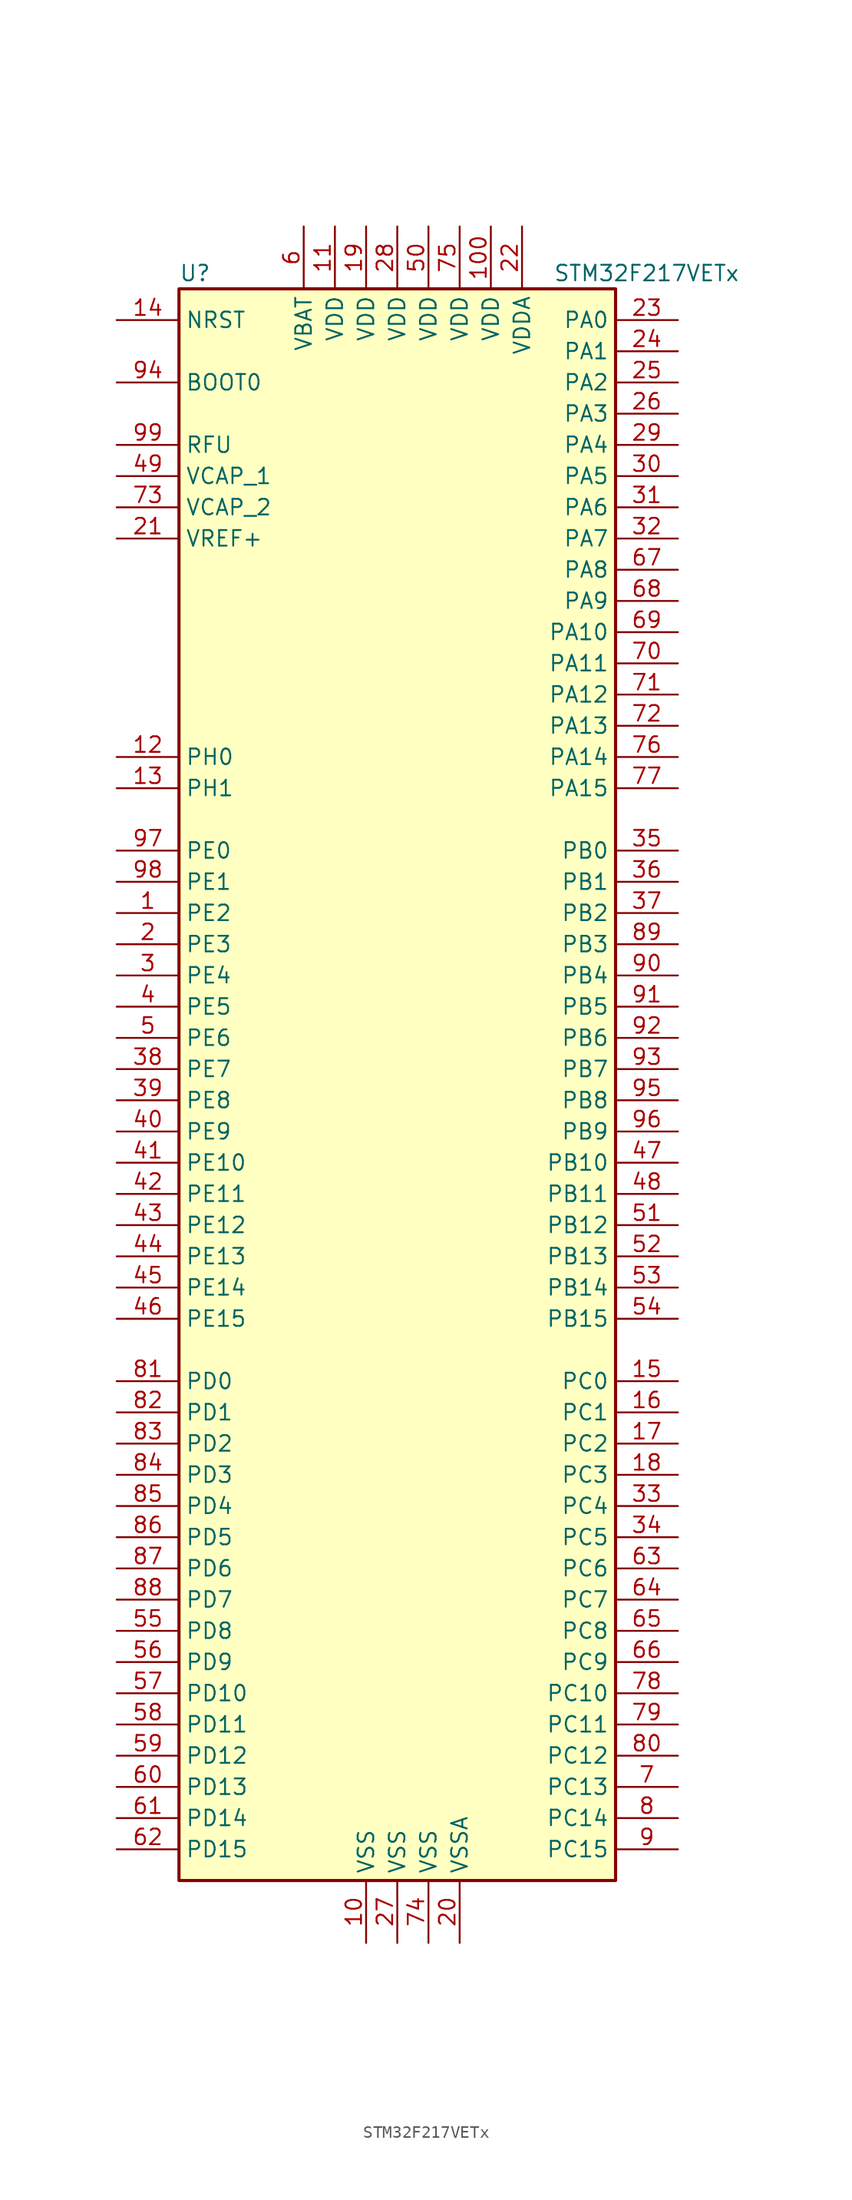
<source format=kicad_sym>
(kicad_symbol_lib
  (version 20201005)
  (generator kicad_symbol_editor)
  (symbol "STM32F217VETx"
    (property "Reference" "U"
      (at -17.78 64.77 0)
      (effects (font (size 1.27 1.27)) (justify left)))
    (property "Value" "STM32F217VETx"
      (at 12.7 64.77 0)
      (effects (font (size 1.27 1.27)) (justify left)))
    (symbol "STM32F217VETx_0_1"
      (rectangle (start -17.78 -66.04) (end 17.78 63.5) (stroke (width 0.254)) (fill (type background))))
    (symbol "STM32F217VETx_1_1"
      (pin bidirectional line (at -22.86 12.7 0) (length 5.08) (name "PE2" (effects (font (size 1.27 1.27)))) (number "1" (effects (font (size 1.27 1.27)))))
      (pin power_in line (at -2.54 -71.12 90) (length 5.08) (name "VSS" (effects (font (size 1.27 1.27)))) (number "10" (effects (font (size 1.27 1.27)))))
      (pin power_in line (at 7.62 68.58 270) (length 5.08) (name "VDD" (effects (font (size 1.27 1.27)))) (number "100" (effects (font (size 1.27 1.27)))))
      (pin power_in line (at -5.08 68.58 270) (length 5.08) (name "VDD" (effects (font (size 1.27 1.27)))) (number "11" (effects (font (size 1.27 1.27)))))
      (pin input line (at -22.86 25.4 0) (length 5.08) (name "PH0" (effects (font (size 1.27 1.27)))) (number "12" (effects (font (size 1.27 1.27)))))
      (pin input line (at -22.86 22.86 0) (length 5.08) (name "PH1" (effects (font (size 1.27 1.27)))) (number "13" (effects (font (size 1.27 1.27)))))
      (pin input line (at -22.86 60.96 0) (length 5.08) (name "NRST" (effects (font (size 1.27 1.27)))) (number "14" (effects (font (size 1.27 1.27)))))
      (pin bidirectional line (at 22.86 -25.4 180) (length 5.08) (name "PC0" (effects (font (size 1.27 1.27)))) (number "15" (effects (font (size 1.27 1.27)))))
      (pin bidirectional line (at 22.86 -27.94 180) (length 5.08) (name "PC1" (effects (font (size 1.27 1.27)))) (number "16" (effects (font (size 1.27 1.27)))))
      (pin bidirectional line (at 22.86 -30.48 180) (length 5.08) (name "PC2" (effects (font (size 1.27 1.27)))) (number "17" (effects (font (size 1.27 1.27)))))
      (pin bidirectional line (at 22.86 -33.02 180) (length 5.08) (name "PC3" (effects (font (size 1.27 1.27)))) (number "18" (effects (font (size 1.27 1.27)))))
      (pin power_in line (at -2.54 68.58 270) (length 5.08) (name "VDD" (effects (font (size 1.27 1.27)))) (number "19" (effects (font (size 1.27 1.27)))))
      (pin bidirectional line (at -22.86 10.16 0) (length 5.08) (name "PE3" (effects (font (size 1.27 1.27)))) (number "2" (effects (font (size 1.27 1.27)))))
      (pin power_in line (at 5.08 -71.12 90) (length 5.08) (name "VSSA" (effects (font (size 1.27 1.27)))) (number "20" (effects (font (size 1.27 1.27)))))
      (pin power_in line (at -22.86 43.18 0) (length 5.08) (name "VREF+" (effects (font (size 1.27 1.27)))) (number "21" (effects (font (size 1.27 1.27)))))
      (pin power_in line (at 10.16 68.58 270) (length 5.08) (name "VDDA" (effects (font (size 1.27 1.27)))) (number "22" (effects (font (size 1.27 1.27)))))
      (pin bidirectional line (at 22.86 60.96 180) (length 5.08) (name "PA0" (effects (font (size 1.27 1.27)))) (number "23" (effects (font (size 1.27 1.27)))))
      (pin bidirectional line (at 22.86 58.42 180) (length 5.08) (name "PA1" (effects (font (size 1.27 1.27)))) (number "24" (effects (font (size 1.27 1.27)))))
      (pin bidirectional line (at 22.86 55.88 180) (length 5.08) (name "PA2" (effects (font (size 1.27 1.27)))) (number "25" (effects (font (size 1.27 1.27)))))
      (pin bidirectional line (at 22.86 53.34 180) (length 5.08) (name "PA3" (effects (font (size 1.27 1.27)))) (number "26" (effects (font (size 1.27 1.27)))))
      (pin power_in line (at 0 -71.12 90) (length 5.08) (name "VSS" (effects (font (size 1.27 1.27)))) (number "27" (effects (font (size 1.27 1.27)))))
      (pin power_in line (at 0 68.58 270) (length 5.08) (name "VDD" (effects (font (size 1.27 1.27)))) (number "28" (effects (font (size 1.27 1.27)))))
      (pin bidirectional line (at 22.86 50.8 180) (length 5.08) (name "PA4" (effects (font (size 1.27 1.27)))) (number "29" (effects (font (size 1.27 1.27)))))
      (pin bidirectional line (at -22.86 7.62 0) (length 5.08) (name "PE4" (effects (font (size 1.27 1.27)))) (number "3" (effects (font (size 1.27 1.27)))))
      (pin bidirectional line (at 22.86 48.26 180) (length 5.08) (name "PA5" (effects (font (size 1.27 1.27)))) (number "30" (effects (font (size 1.27 1.27)))))
      (pin bidirectional line (at 22.86 45.72 180) (length 5.08) (name "PA6" (effects (font (size 1.27 1.27)))) (number "31" (effects (font (size 1.27 1.27)))))
      (pin bidirectional line (at 22.86 43.18 180) (length 5.08) (name "PA7" (effects (font (size 1.27 1.27)))) (number "32" (effects (font (size 1.27 1.27)))))
      (pin bidirectional line (at 22.86 -35.56 180) (length 5.08) (name "PC4" (effects (font (size 1.27 1.27)))) (number "33" (effects (font (size 1.27 1.27)))))
      (pin bidirectional line (at 22.86 -38.1 180) (length 5.08) (name "PC5" (effects (font (size 1.27 1.27)))) (number "34" (effects (font (size 1.27 1.27)))))
      (pin bidirectional line (at 22.86 17.78 180) (length 5.08) (name "PB0" (effects (font (size 1.27 1.27)))) (number "35" (effects (font (size 1.27 1.27)))))
      (pin bidirectional line (at 22.86 15.24 180) (length 5.08) (name "PB1" (effects (font (size 1.27 1.27)))) (number "36" (effects (font (size 1.27 1.27)))))
      (pin bidirectional line (at 22.86 12.7 180) (length 5.08) (name "PB2" (effects (font (size 1.27 1.27)))) (number "37" (effects (font (size 1.27 1.27)))))
      (pin bidirectional line (at -22.86 0 0) (length 5.08) (name "PE7" (effects (font (size 1.27 1.27)))) (number "38" (effects (font (size 1.27 1.27)))))
      (pin bidirectional line (at -22.86 -2.54 0) (length 5.08) (name "PE8" (effects (font (size 1.27 1.27)))) (number "39" (effects (font (size 1.27 1.27)))))
      (pin bidirectional line (at -22.86 5.08 0) (length 5.08) (name "PE5" (effects (font (size 1.27 1.27)))) (number "4" (effects (font (size 1.27 1.27)))))
      (pin bidirectional line (at -22.86 -5.08 0) (length 5.08) (name "PE9" (effects (font (size 1.27 1.27)))) (number "40" (effects (font (size 1.27 1.27)))))
      (pin bidirectional line (at -22.86 -7.62 0) (length 5.08) (name "PE10" (effects (font (size 1.27 1.27)))) (number "41" (effects (font (size 1.27 1.27)))))
      (pin bidirectional line (at -22.86 -10.16 0) (length 5.08) (name "PE11" (effects (font (size 1.27 1.27)))) (number "42" (effects (font (size 1.27 1.27)))))
      (pin bidirectional line (at -22.86 -12.7 0) (length 5.08) (name "PE12" (effects (font (size 1.27 1.27)))) (number "43" (effects (font (size 1.27 1.27)))))
      (pin bidirectional line (at -22.86 -15.24 0) (length 5.08) (name "PE13" (effects (font (size 1.27 1.27)))) (number "44" (effects (font (size 1.27 1.27)))))
      (pin bidirectional line (at -22.86 -17.78 0) (length 5.08) (name "PE14" (effects (font (size 1.27 1.27)))) (number "45" (effects (font (size 1.27 1.27)))))
      (pin bidirectional line (at -22.86 -20.32 0) (length 5.08) (name "PE15" (effects (font (size 1.27 1.27)))) (number "46" (effects (font (size 1.27 1.27)))))
      (pin bidirectional line (at 22.86 -7.62 180) (length 5.08) (name "PB10" (effects (font (size 1.27 1.27)))) (number "47" (effects (font (size 1.27 1.27)))))
      (pin bidirectional line (at 22.86 -10.16 180) (length 5.08) (name "PB11" (effects (font (size 1.27 1.27)))) (number "48" (effects (font (size 1.27 1.27)))))
      (pin power_in line (at -22.86 48.26 0) (length 5.08) (name "VCAP_1" (effects (font (size 1.27 1.27)))) (number "49" (effects (font (size 1.27 1.27)))))
      (pin bidirectional line (at -22.86 2.54 0) (length 5.08) (name "PE6" (effects (font (size 1.27 1.27)))) (number "5" (effects (font (size 1.27 1.27)))))
      (pin power_in line (at 2.54 68.58 270) (length 5.08) (name "VDD" (effects (font (size 1.27 1.27)))) (number "50" (effects (font (size 1.27 1.27)))))
      (pin bidirectional line (at 22.86 -12.7 180) (length 5.08) (name "PB12" (effects (font (size 1.27 1.27)))) (number "51" (effects (font (size 1.27 1.27)))))
      (pin bidirectional line (at 22.86 -15.24 180) (length 5.08) (name "PB13" (effects (font (size 1.27 1.27)))) (number "52" (effects (font (size 1.27 1.27)))))
      (pin bidirectional line (at 22.86 -17.78 180) (length 5.08) (name "PB14" (effects (font (size 1.27 1.27)))) (number "53" (effects (font (size 1.27 1.27)))))
      (pin bidirectional line (at 22.86 -20.32 180) (length 5.08) (name "PB15" (effects (font (size 1.27 1.27)))) (number "54" (effects (font (size 1.27 1.27)))))
      (pin bidirectional line (at -22.86 -45.72 0) (length 5.08) (name "PD8" (effects (font (size 1.27 1.27)))) (number "55" (effects (font (size 1.27 1.27)))))
      (pin bidirectional line (at -22.86 -48.26 0) (length 5.08) (name "PD9" (effects (font (size 1.27 1.27)))) (number "56" (effects (font (size 1.27 1.27)))))
      (pin bidirectional line (at -22.86 -50.8 0) (length 5.08) (name "PD10" (effects (font (size 1.27 1.27)))) (number "57" (effects (font (size 1.27 1.27)))))
      (pin bidirectional line (at -22.86 -53.34 0) (length 5.08) (name "PD11" (effects (font (size 1.27 1.27)))) (number "58" (effects (font (size 1.27 1.27)))))
      (pin bidirectional line (at -22.86 -55.88 0) (length 5.08) (name "PD12" (effects (font (size 1.27 1.27)))) (number "59" (effects (font (size 1.27 1.27)))))
      (pin power_in line (at -7.62 68.58 270) (length 5.08) (name "VBAT" (effects (font (size 1.27 1.27)))) (number "6" (effects (font (size 1.27 1.27)))))
      (pin bidirectional line (at -22.86 -58.42 0) (length 5.08) (name "PD13" (effects (font (size 1.27 1.27)))) (number "60" (effects (font (size 1.27 1.27)))))
      (pin bidirectional line (at -22.86 -60.96 0) (length 5.08) (name "PD14" (effects (font (size 1.27 1.27)))) (number "61" (effects (font (size 1.27 1.27)))))
      (pin bidirectional line (at -22.86 -63.5 0) (length 5.08) (name "PD15" (effects (font (size 1.27 1.27)))) (number "62" (effects (font (size 1.27 1.27)))))
      (pin bidirectional line (at 22.86 -40.64 180) (length 5.08) (name "PC6" (effects (font (size 1.27 1.27)))) (number "63" (effects (font (size 1.27 1.27)))))
      (pin bidirectional line (at 22.86 -43.18 180) (length 5.08) (name "PC7" (effects (font (size 1.27 1.27)))) (number "64" (effects (font (size 1.27 1.27)))))
      (pin bidirectional line (at 22.86 -45.72 180) (length 5.08) (name "PC8" (effects (font (size 1.27 1.27)))) (number "65" (effects (font (size 1.27 1.27)))))
      (pin bidirectional line (at 22.86 -48.26 180) (length 5.08) (name "PC9" (effects (font (size 1.27 1.27)))) (number "66" (effects (font (size 1.27 1.27)))))
      (pin bidirectional line (at 22.86 40.64 180) (length 5.08) (name "PA8" (effects (font (size 1.27 1.27)))) (number "67" (effects (font (size 1.27 1.27)))))
      (pin bidirectional line (at 22.86 38.1 180) (length 5.08) (name "PA9" (effects (font (size 1.27 1.27)))) (number "68" (effects (font (size 1.27 1.27)))))
      (pin bidirectional line (at 22.86 35.56 180) (length 5.08) (name "PA10" (effects (font (size 1.27 1.27)))) (number "69" (effects (font (size 1.27 1.27)))))
      (pin bidirectional line (at 22.86 -58.42 180) (length 5.08) (name "PC13" (effects (font (size 1.27 1.27)))) (number "7" (effects (font (size 1.27 1.27)))))
      (pin bidirectional line (at 22.86 33.02 180) (length 5.08) (name "PA11" (effects (font (size 1.27 1.27)))) (number "70" (effects (font (size 1.27 1.27)))))
      (pin bidirectional line (at 22.86 30.48 180) (length 5.08) (name "PA12" (effects (font (size 1.27 1.27)))) (number "71" (effects (font (size 1.27 1.27)))))
      (pin bidirectional line (at 22.86 27.94 180) (length 5.08) (name "PA13" (effects (font (size 1.27 1.27)))) (number "72" (effects (font (size 1.27 1.27)))))
      (pin power_in line (at -22.86 45.72 0) (length 5.08) (name "VCAP_2" (effects (font (size 1.27 1.27)))) (number "73" (effects (font (size 1.27 1.27)))))
      (pin power_in line (at 2.54 -71.12 90) (length 5.08) (name "VSS" (effects (font (size 1.27 1.27)))) (number "74" (effects (font (size 1.27 1.27)))))
      (pin power_in line (at 5.08 68.58 270) (length 5.08) (name "VDD" (effects (font (size 1.27 1.27)))) (number "75" (effects (font (size 1.27 1.27)))))
      (pin bidirectional line (at 22.86 25.4 180) (length 5.08) (name "PA14" (effects (font (size 1.27 1.27)))) (number "76" (effects (font (size 1.27 1.27)))))
      (pin bidirectional line (at 22.86 22.86 180) (length 5.08) (name "PA15" (effects (font (size 1.27 1.27)))) (number "77" (effects (font (size 1.27 1.27)))))
      (pin bidirectional line (at 22.86 -50.8 180) (length 5.08) (name "PC10" (effects (font (size 1.27 1.27)))) (number "78" (effects (font (size 1.27 1.27)))))
      (pin bidirectional line (at 22.86 -53.34 180) (length 5.08) (name "PC11" (effects (font (size 1.27 1.27)))) (number "79" (effects (font (size 1.27 1.27)))))
      (pin bidirectional line (at 22.86 -60.96 180) (length 5.08) (name "PC14" (effects (font (size 1.27 1.27)))) (number "8" (effects (font (size 1.27 1.27)))))
      (pin bidirectional line (at 22.86 -55.88 180) (length 5.08) (name "PC12" (effects (font (size 1.27 1.27)))) (number "80" (effects (font (size 1.27 1.27)))))
      (pin bidirectional line (at -22.86 -25.4 0) (length 5.08) (name "PD0" (effects (font (size 1.27 1.27)))) (number "81" (effects (font (size 1.27 1.27)))))
      (pin bidirectional line (at -22.86 -27.94 0) (length 5.08) (name "PD1" (effects (font (size 1.27 1.27)))) (number "82" (effects (font (size 1.27 1.27)))))
      (pin bidirectional line (at -22.86 -30.48 0) (length 5.08) (name "PD2" (effects (font (size 1.27 1.27)))) (number "83" (effects (font (size 1.27 1.27)))))
      (pin bidirectional line (at -22.86 -33.02 0) (length 5.08) (name "PD3" (effects (font (size 1.27 1.27)))) (number "84" (effects (font (size 1.27 1.27)))))
      (pin bidirectional line (at -22.86 -35.56 0) (length 5.08) (name "PD4" (effects (font (size 1.27 1.27)))) (number "85" (effects (font (size 1.27 1.27)))))
      (pin bidirectional line (at -22.86 -38.1 0) (length 5.08) (name "PD5" (effects (font (size 1.27 1.27)))) (number "86" (effects (font (size 1.27 1.27)))))
      (pin bidirectional line (at -22.86 -40.64 0) (length 5.08) (name "PD6" (effects (font (size 1.27 1.27)))) (number "87" (effects (font (size 1.27 1.27)))))
      (pin bidirectional line (at -22.86 -43.18 0) (length 5.08) (name "PD7" (effects (font (size 1.27 1.27)))) (number "88" (effects (font (size 1.27 1.27)))))
      (pin bidirectional line (at 22.86 10.16 180) (length 5.08) (name "PB3" (effects (font (size 1.27 1.27)))) (number "89" (effects (font (size 1.27 1.27)))))
      (pin bidirectional line (at 22.86 -63.5 180) (length 5.08) (name "PC15" (effects (font (size 1.27 1.27)))) (number "9" (effects (font (size 1.27 1.27)))))
      (pin bidirectional line (at 22.86 7.62 180) (length 5.08) (name "PB4" (effects (font (size 1.27 1.27)))) (number "90" (effects (font (size 1.27 1.27)))))
      (pin bidirectional line (at 22.86 5.08 180) (length 5.08) (name "PB5" (effects (font (size 1.27 1.27)))) (number "91" (effects (font (size 1.27 1.27)))))
      (pin bidirectional line (at 22.86 2.54 180) (length 5.08) (name "PB6" (effects (font (size 1.27 1.27)))) (number "92" (effects (font (size 1.27 1.27)))))
      (pin bidirectional line (at 22.86 0 180) (length 5.08) (name "PB7" (effects (font (size 1.27 1.27)))) (number "93" (effects (font (size 1.27 1.27)))))
      (pin input line (at -22.86 55.88 0) (length 5.08) (name "BOOT0" (effects (font (size 1.27 1.27)))) (number "94" (effects (font (size 1.27 1.27)))))
      (pin bidirectional line (at 22.86 -2.54 180) (length 5.08) (name "PB8" (effects (font (size 1.27 1.27)))) (number "95" (effects (font (size 1.27 1.27)))))
      (pin bidirectional line (at 22.86 -5.08 180) (length 5.08) (name "PB9" (effects (font (size 1.27 1.27)))) (number "96" (effects (font (size 1.27 1.27)))))
      (pin bidirectional line (at -22.86 17.78 0) (length 5.08) (name "PE0" (effects (font (size 1.27 1.27)))) (number "97" (effects (font (size 1.27 1.27)))))
      (pin bidirectional line (at -22.86 15.24 0) (length 5.08) (name "PE1" (effects (font (size 1.27 1.27)))) (number "98" (effects (font (size 1.27 1.27)))))
      (pin power_in line (at -22.86 50.8 0) (length 5.08) (name "RFU" (effects (font (size 1.27 1.27)))) (number "99" (effects (font (size 1.27 1.27))))))))
</source>
